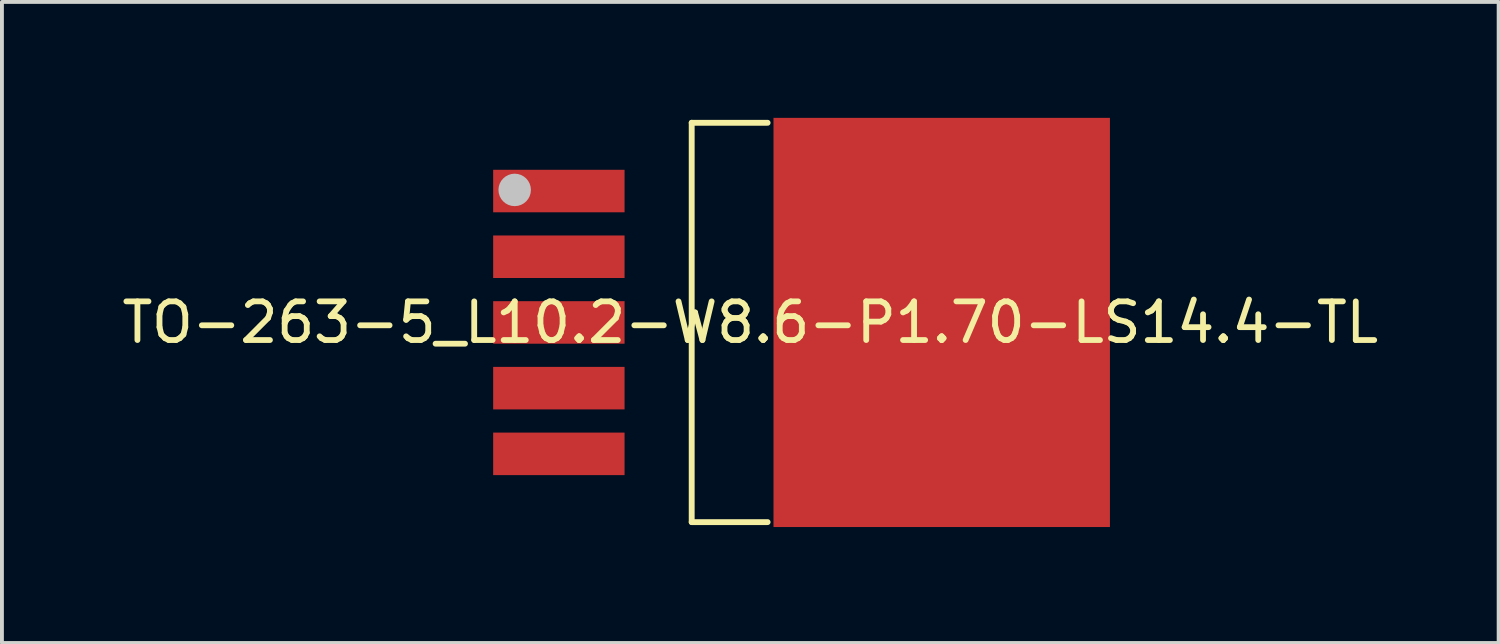
<source format=kicad_pcb>
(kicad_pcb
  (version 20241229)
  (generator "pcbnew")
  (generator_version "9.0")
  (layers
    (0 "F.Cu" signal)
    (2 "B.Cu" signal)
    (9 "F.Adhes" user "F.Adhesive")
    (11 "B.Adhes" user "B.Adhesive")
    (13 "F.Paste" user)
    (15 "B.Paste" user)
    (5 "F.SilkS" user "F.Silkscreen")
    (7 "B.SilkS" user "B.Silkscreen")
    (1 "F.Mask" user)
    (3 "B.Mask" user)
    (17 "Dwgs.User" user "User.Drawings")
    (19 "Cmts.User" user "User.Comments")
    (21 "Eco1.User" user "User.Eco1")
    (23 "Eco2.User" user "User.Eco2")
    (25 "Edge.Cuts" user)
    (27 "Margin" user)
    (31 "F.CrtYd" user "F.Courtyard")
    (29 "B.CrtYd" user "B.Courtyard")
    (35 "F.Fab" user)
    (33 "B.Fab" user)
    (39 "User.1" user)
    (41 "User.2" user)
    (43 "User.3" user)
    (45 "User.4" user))
  (footprint "TO-263-5_L10.2-W8.6-P1.70-LS14.4-TL"
    (layer "F.Cu")
    (at 16.363 5.293)
    (property "Reference" "TO-263-5_L10.2-W8.6-P1.70-LS14.4-TL" (at 0 0 0) (layer "F.SilkS") (effects (font (size 1 1) (thickness 0.15))))
    (fp_line (start -1.516 -5.166) (end -1.516 5.166) (stroke (width 0.152) (type default)) (layer "F.SilkS"))
    (fp_line (start 0.448 -5.166) (end -1.516 -5.166) (stroke (width 0.152) (type default)) (layer "F.SilkS"))
    (fp_line (start 0.448 5.166) (end -1.516 5.166) (stroke (width 0.152) (type default)) (layer "F.SilkS"))
    (fp_circle (center -6.096 -3.429) (end -5.886 -3.429) (stroke (width 0.42) (type default)) (fill no) (layer "Dwgs.User"))
    (fp_poly (pts (xy -6.096 -2.995) (xy -6.096 -3.805) (xy -4.056 -3.805) (xy -4.056 -2.995)) (stroke (width 0.1) (type default)) (fill no) (layer "User.1"))
    (fp_poly (pts (xy -6.096 -1.295) (xy -6.096 -2.105) (xy -4.056 -2.105) (xy -4.056 -1.295)) (stroke (width 0.1) (type default)) (fill no) (layer "User.1"))
    (fp_poly (pts (xy -6.096 0.405) (xy -6.096 -0.405) (xy -4.056 -0.405) (xy -4.056 0.405)) (stroke (width 0.1) (type default)) (fill no) (layer "User.1"))
    (fp_poly (pts (xy -6.096 2.105) (xy -6.096 1.295) (xy -4.056 1.295) (xy -4.056 2.105)) (stroke (width 0.1) (type default)) (fill no) (layer "User.1"))
    (fp_poly (pts (xy -6.096 3.81) (xy -6.096 3) (xy -4.056 3) (xy -4.056 3.81)) (stroke (width 0.1) (type default)) (fill no) (layer "User.1"))
    (fp_poly (pts (xy -4.096 -2.99) (xy -4.096 -3.79) (xy -1.396 -3.79) (xy -1.396 -2.99)) (stroke (width 0.1) (type default)) (fill no) (layer "User.1"))
    (fp_poly (pts (xy -4.096 -1.29) (xy -4.096 -2.09) (xy -1.396 -2.09) (xy -1.396 -1.29)) (stroke (width 0.1) (type default)) (fill no) (layer "User.1"))
    (fp_poly (pts (xy -4.096 0.41) (xy -4.096 -0.39) (xy -1.396 -0.39) (xy -1.396 0.41)) (stroke (width 0.1) (type default)) (fill no) (layer "User.1"))
    (fp_poly (pts (xy -4.096 2.11) (xy -4.096 1.31) (xy -1.396 1.31) (xy -1.396 2.11)) (stroke (width 0.1) (type default)) (fill no) (layer "User.1"))
    (fp_poly (pts (xy -4.096 3.81) (xy -4.096 3.01) (xy -1.396 3.01) (xy -1.396 3.81)) (stroke (width 0.1) (type default)) (fill no) (layer "User.1"))
    (fp_poly (pts (xy 0.601 5.09) (xy 0.601 -5.09) (xy 7.553 -5.09) (xy 8.57 -4.072) (xy 8.57 4.072) (xy 7.553 5.09)) (stroke (width 0.1) (type default)) (fill no) (layer "User.1"))
    (fp_line (start -1.44 -5.09) (end 7.301 -5.09) (stroke (width 0.051) (type default)) (layer "User.2"))
    (fp_line (start -1.44 5.09) (end -1.44 -5.09) (stroke (width 0.051) (type default)) (layer "User.2"))
    (fp_line (start 7.301 -5.09) (end 7.301 5.09) (stroke (width 0.051) (type default)) (layer "User.2"))
    (fp_line (start 7.301 5.09) (end -1.44 5.09) (stroke (width 0.051) (type default)) (layer "User.2"))
    (fp_poly (pts (xy -6.036 -5.09) (xy -6.054 -5.132) (xy -6.096 -5.15) (xy -6.138 -5.132) (xy -6.156 -5.09) (xy -6.138 -5.048) (xy -6.096 -5.03) (xy -6.054 -5.048)) (stroke (width 0.1) (type default)) (fill no) (layer "User.3"))
    (pad "1" smd rect (at -4.953 -3.4) (size 3.4 1.1) (layers "F.Cu" "F.Mask" "F.Paste"))
    (pad "2" smd rect (at -4.953 -1.7) (size 3.4 1.1) (layers "F.Cu" "F.Mask" "F.Paste"))
    (pad "3" smd rect (at -4.953 0) (size 3.4 1.1) (layers "F.Cu" "F.Mask" "F.Paste"))
    (pad "4" smd rect (at -4.953 1.7) (size 3.4 1.1) (layers "F.Cu" "F.Mask" "F.Paste"))
    (pad "5" smd rect (at -4.953 3.4) (size 3.4 1.1) (layers "F.Cu" "F.Mask" "F.Paste"))
    (pad "6" smd rect (at 4.953 0) (size 8.705 10.587) (layers "F.Cu" "F.Mask" "F.Paste")))
  (gr_rect
    (start -3 -3)
    (end 35.726 13.587)
    (stroke (width 0.1) (type default))
    (fill no)
    (layer "Edge.Cuts")))
</source>
